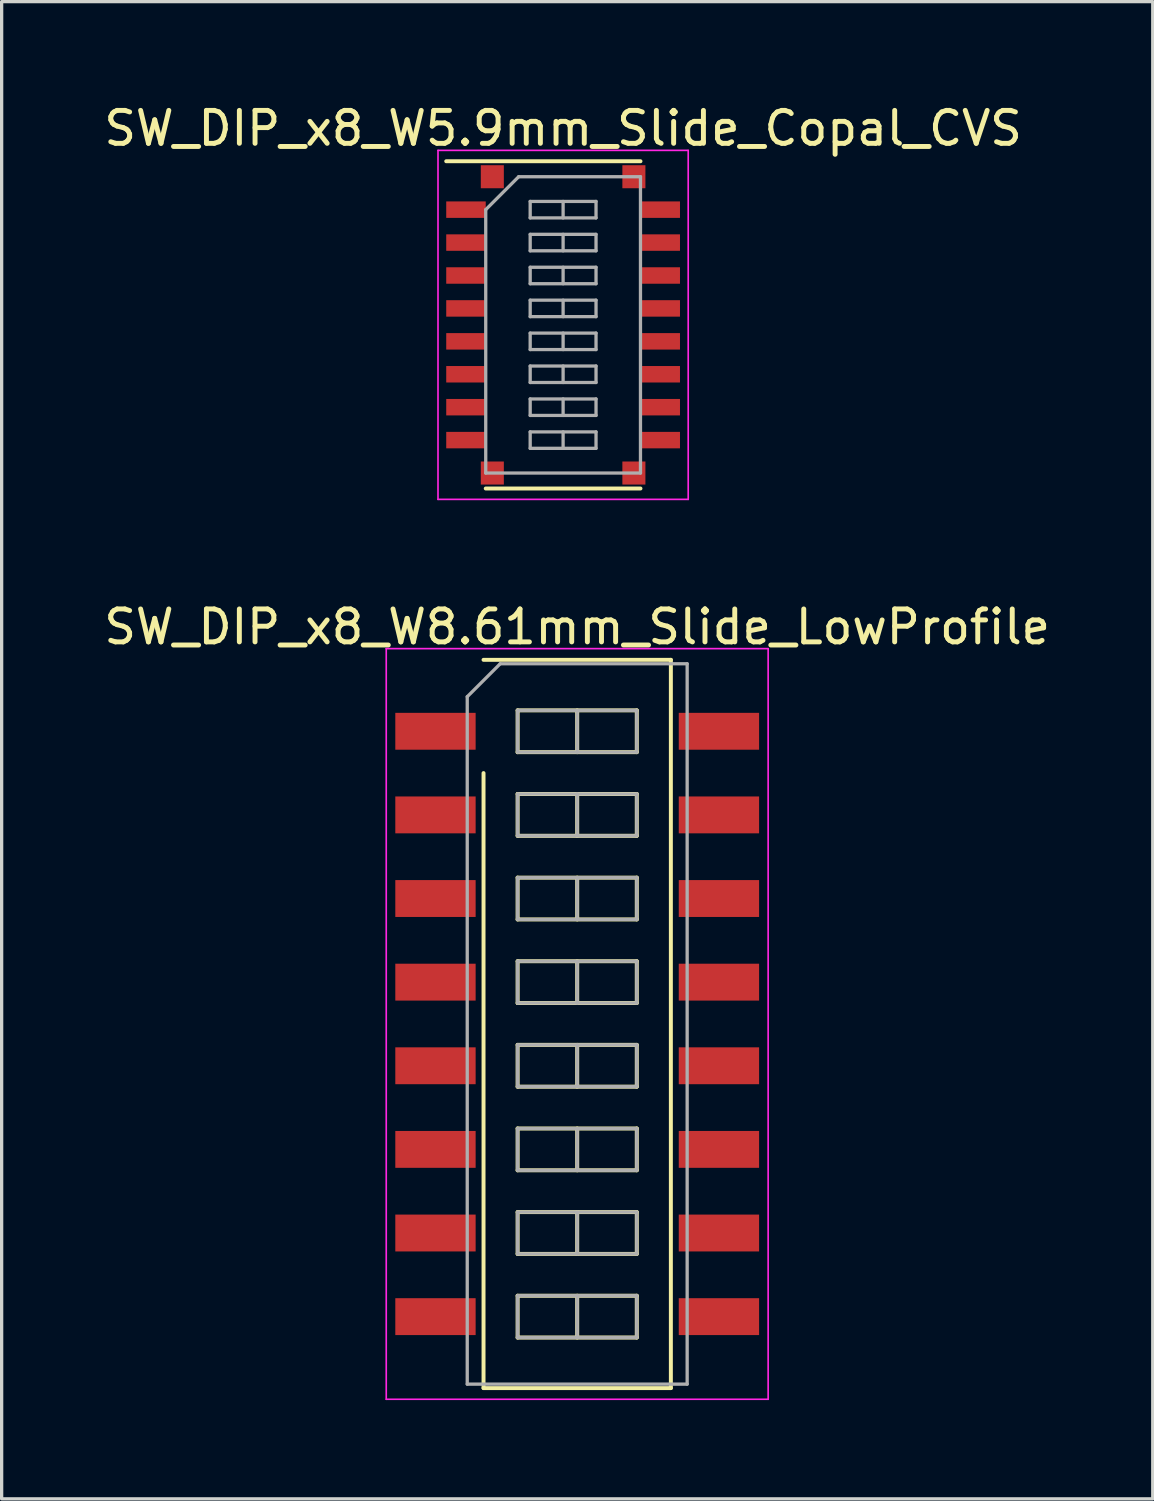
<source format=kicad_pcb>
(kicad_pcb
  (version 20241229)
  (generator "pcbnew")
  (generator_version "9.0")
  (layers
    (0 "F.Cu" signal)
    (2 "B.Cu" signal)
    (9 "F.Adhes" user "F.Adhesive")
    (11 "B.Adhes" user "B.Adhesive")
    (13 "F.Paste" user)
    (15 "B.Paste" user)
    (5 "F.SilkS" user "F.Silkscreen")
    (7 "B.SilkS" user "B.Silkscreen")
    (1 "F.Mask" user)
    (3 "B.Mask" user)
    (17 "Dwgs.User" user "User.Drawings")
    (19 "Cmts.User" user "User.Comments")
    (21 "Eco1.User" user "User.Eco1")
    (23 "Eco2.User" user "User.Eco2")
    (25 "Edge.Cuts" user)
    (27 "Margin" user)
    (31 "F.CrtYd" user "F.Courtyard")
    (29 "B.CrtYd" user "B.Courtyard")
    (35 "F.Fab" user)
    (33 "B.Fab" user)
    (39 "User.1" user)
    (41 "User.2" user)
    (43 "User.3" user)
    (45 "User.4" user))
  (footprint "SW_DIP_x8_W5.9mm_Slide_Copal_CVS"
    (layer "F.Cu")
    (at 14.054 6.818)
    (property "Reference" "SW_DIP_x8_W5.9mm_Slide_Copal_CVS" (at 0 -5.97 0) (layer "F.SilkS") (effects (font (size 1 1) (thickness 0.15))))
    (attr smd)
    (fp_line (start -3.55 -4.97) (end 2.35 -4.97) (stroke (width 0.12) (type solid)) (layer "F.SilkS"))
    (fp_line (start -2.35 4.97) (end 2.35 4.97) (stroke (width 0.12) (type solid)) (layer "F.SilkS"))
    (fp_line (start -3.8 -5.3) (end -3.8 5.3) (stroke (width 0.05) (type solid)) (layer "F.CrtYd"))
    (fp_line (start -3.8 5.3) (end 3.8 5.3) (stroke (width 0.05) (type solid)) (layer "F.CrtYd"))
    (fp_line (start 3.8 -5.3) (end -3.8 -5.3) (stroke (width 0.05) (type solid)) (layer "F.CrtYd"))
    (fp_line (start 3.8 5.3) (end 3.8 -5.3) (stroke (width 0.05) (type solid)) (layer "F.CrtYd"))
    (fp_line (start -2.35 -3.5) (end -1.35 -4.5) (stroke (width 0.1) (type solid)) (layer "F.Fab"))
    (fp_line (start -2.35 4.5) (end -2.35 -3.5) (stroke (width 0.1) (type solid)) (layer "F.Fab"))
    (fp_line (start -1.35 -4.5) (end 2.35 -4.5) (stroke (width 0.1) (type solid)) (layer "F.Fab"))
    (fp_line (start -1 -3.75) (end -1 -3.25) (stroke (width 0.1) (type solid)) (layer "F.Fab"))
    (fp_line (start -1 -3.25) (end 1 -3.25) (stroke (width 0.1) (type solid)) (layer "F.Fab"))
    (fp_line (start -1 -2.75) (end -1 -2.25) (stroke (width 0.1) (type solid)) (layer "F.Fab"))
    (fp_line (start -1 -2.25) (end 1 -2.25) (stroke (width 0.1) (type solid)) (layer "F.Fab"))
    (fp_line (start -1 -1.75) (end -1 -1.25) (stroke (width 0.1) (type solid)) (layer "F.Fab"))
    (fp_line (start -1 -1.25) (end 1 -1.25) (stroke (width 0.1) (type solid)) (layer "F.Fab"))
    (fp_line (start -1 -0.75) (end -1 -0.25) (stroke (width 0.1) (type solid)) (layer "F.Fab"))
    (fp_line (start -1 -0.25) (end 1 -0.25) (stroke (width 0.1) (type solid)) (layer "F.Fab"))
    (fp_line (start -1 0.25) (end -1 0.75) (stroke (width 0.1) (type solid)) (layer "F.Fab"))
    (fp_line (start -1 0.75) (end 1 0.75) (stroke (width 0.1) (type solid)) (layer "F.Fab"))
    (fp_line (start -1 1.25) (end -1 1.75) (stroke (width 0.1) (type solid)) (layer "F.Fab"))
    (fp_line (start -1 1.75) (end 1 1.75) (stroke (width 0.1) (type solid)) (layer "F.Fab"))
    (fp_line (start -1 2.25) (end -1 2.75) (stroke (width 0.1) (type solid)) (layer "F.Fab"))
    (fp_line (start -1 2.75) (end 1 2.75) (stroke (width 0.1) (type solid)) (layer "F.Fab"))
    (fp_line (start -1 3.25) (end -1 3.75) (stroke (width 0.1) (type solid)) (layer "F.Fab"))
    (fp_line (start -1 3.75) (end 1 3.75) (stroke (width 0.1) (type solid)) (layer "F.Fab"))
    (fp_line (start 0 -3.75) (end 0 -3.25) (stroke (width 0.1) (type solid)) (layer "F.Fab"))
    (fp_line (start 0 -2.75) (end 0 -2.25) (stroke (width 0.1) (type solid)) (layer "F.Fab"))
    (fp_line (start 0 -1.75) (end 0 -1.25) (stroke (width 0.1) (type solid)) (layer "F.Fab"))
    (fp_line (start 0 -0.75) (end 0 -0.25) (stroke (width 0.1) (type solid)) (layer "F.Fab"))
    (fp_line (start 0 0.25) (end 0 0.75) (stroke (width 0.1) (type solid)) (layer "F.Fab"))
    (fp_line (start 0 1.25) (end 0 1.75) (stroke (width 0.1) (type solid)) (layer "F.Fab"))
    (fp_line (start 0 2.25) (end 0 2.75) (stroke (width 0.1) (type solid)) (layer "F.Fab"))
    (fp_line (start 0 3.25) (end 0 3.75) (stroke (width 0.1) (type solid)) (layer "F.Fab"))
    (fp_line (start 1 -3.75) (end -1 -3.75) (stroke (width 0.1) (type solid)) (layer "F.Fab"))
    (fp_line (start 1 -3.25) (end 1 -3.75) (stroke (width 0.1) (type solid)) (layer "F.Fab"))
    (fp_line (start 1 -2.75) (end -1 -2.75) (stroke (width 0.1) (type solid)) (layer "F.Fab"))
    (fp_line (start 1 -2.25) (end 1 -2.75) (stroke (width 0.1) (type solid)) (layer "F.Fab"))
    (fp_line (start 1 -1.75) (end -1 -1.75) (stroke (width 0.1) (type solid)) (layer "F.Fab"))
    (fp_line (start 1 -1.25) (end 1 -1.75) (stroke (width 0.1) (type solid)) (layer "F.Fab"))
    (fp_line (start 1 -0.75) (end -1 -0.75) (stroke (width 0.1) (type solid)) (layer "F.Fab"))
    (fp_line (start 1 -0.25) (end 1 -0.75) (stroke (width 0.1) (type solid)) (layer "F.Fab"))
    (fp_line (start 1 0.25) (end -1 0.25) (stroke (width 0.1) (type solid)) (layer "F.Fab"))
    (fp_line (start 1 0.75) (end 1 0.25) (stroke (width 0.1) (type solid)) (layer "F.Fab"))
    (fp_line (start 1 1.25) (end -1 1.25) (stroke (width 0.1) (type solid)) (layer "F.Fab"))
    (fp_line (start 1 1.75) (end 1 1.25) (stroke (width 0.1) (type solid)) (layer "F.Fab"))
    (fp_line (start 1 2.25) (end -1 2.25) (stroke (width 0.1) (type solid)) (layer "F.Fab"))
    (fp_line (start 1 2.75) (end 1 2.25) (stroke (width 0.1) (type solid)) (layer "F.Fab"))
    (fp_line (start 1 3.25) (end -1 3.25) (stroke (width 0.1) (type solid)) (layer "F.Fab"))
    (fp_line (start 1 3.75) (end 1 3.25) (stroke (width 0.1) (type solid)) (layer "F.Fab"))
    (fp_line (start 2.35 -4.5) (end 2.35 4.5) (stroke (width 0.1) (type solid)) (layer "F.Fab"))
    (fp_line (start 2.35 4.5) (end -2.35 4.5) (stroke (width 0.1) (type solid)) (layer "F.Fab"))
    (pad "1" smd rect (at -2.95 -3.5) (size 1.2 0.5) (layers "F.Cu" "F.Mask"))
    (pad "2" smd rect (at -2.95 -2.5) (size 1.2 0.5) (layers "F.Cu" "F.Mask"))
    (pad "3" smd rect (at -2.95 -1.5) (size 1.2 0.5) (layers "F.Cu" "F.Mask"))
    (pad "4" smd rect (at -2.95 -0.5) (size 1.2 0.5) (layers "F.Cu" "F.Mask"))
    (pad "5" smd rect (at -2.95 0.5) (size 1.2 0.5) (layers "F.Cu" "F.Mask"))
    (pad "6" smd rect (at -2.95 1.5) (size 1.2 0.5) (layers "F.Cu" "F.Mask"))
    (pad "7" smd rect (at -2.95 2.5) (size 1.2 0.5) (layers "F.Cu" "F.Mask"))
    (pad "8" smd rect (at -2.95 3.5) (size 1.2 0.5) (layers "F.Cu" "F.Mask"))
    (pad "9" smd rect (at 2.95 3.5) (size 1.2 0.5) (layers "F.Cu" "F.Mask"))
    (pad "10" smd rect (at 2.95 2.5) (size 1.2 0.5) (layers "F.Cu" "F.Mask"))
    (pad "11" smd rect (at 2.95 1.5) (size 1.2 0.5) (layers "F.Cu" "F.Mask"))
    (pad "12" smd rect (at 2.95 0.5) (size 1.2 0.5) (layers "F.Cu" "F.Mask"))
    (pad "13" smd rect (at 2.95 -0.5) (size 1.2 0.5) (layers "F.Cu" "F.Mask"))
    (pad "14" smd rect (at 2.95 -1.5) (size 1.2 0.5) (layers "F.Cu" "F.Mask"))
    (pad "15" smd rect (at 2.95 -2.5) (size 1.2 0.5) (layers "F.Cu" "F.Mask"))
    (pad "16" smd rect (at 2.95 -3.5) (size 1.2 0.5) (layers "F.Cu" "F.Mask"))
    (pad "17" smd rect (at -2.15 -4.5) (size 0.7 0.7) (layers "F.Cu" "F.Mask"))
    (pad "17" smd rect (at -2.15 4.5) (size 0.7 0.7) (layers "F.Cu" "F.Mask"))
    (pad "17" smd rect (at 2.15 -4.5) (size 0.7 0.7) (layers "F.Cu" "F.Mask"))
    (pad "17" smd rect (at 2.15 4.5) (size 0.7 0.7) (layers "F.Cu" "F.Mask")))
  (footprint "SW_DIP_x8_W8.61mm_Slide_LowProfile"
    (layer "F.Cu")
    (at 14.482 28.052)
    (property "Reference" "SW_DIP_x8_W8.61mm_Slide_LowProfile" (at 0 -12.06 0) (layer "F.SilkS") (effects (font (size 1 1) (thickness 0.15))))
    (attr smd)
    (fp_line (start -2.845 -11.06) (end 2.845 -11.06) (stroke (width 0.12) (type solid)) (layer "F.SilkS"))
    (fp_line (start -2.845 11.06) (end -2.845 -7.62) (stroke (width 0.12) (type solid)) (layer "F.SilkS"))
    (fp_line (start -1.81 -9.525) (end -1.81 -8.255) (stroke (width 0.12) (type solid)) (layer "F.SilkS"))
    (fp_line (start -1.81 -8.255) (end 1.81 -8.255) (stroke (width 0.12) (type solid)) (layer "F.SilkS"))
    (fp_line (start -1.81 -6.985) (end -1.81 -5.715) (stroke (width 0.12) (type solid)) (layer "F.SilkS"))
    (fp_line (start -1.81 -5.715) (end 1.81 -5.715) (stroke (width 0.12) (type solid)) (layer "F.SilkS"))
    (fp_line (start -1.81 -4.445) (end -1.81 -3.175) (stroke (width 0.12) (type solid)) (layer "F.SilkS"))
    (fp_line (start -1.81 -3.175) (end 1.81 -3.175) (stroke (width 0.12) (type solid)) (layer "F.SilkS"))
    (fp_line (start -1.81 -1.905) (end -1.81 -0.635) (stroke (width 0.12) (type solid)) (layer "F.SilkS"))
    (fp_line (start -1.81 -0.635) (end 1.81 -0.635) (stroke (width 0.12) (type solid)) (layer "F.SilkS"))
    (fp_line (start -1.81 0.635) (end -1.81 1.905) (stroke (width 0.12) (type solid)) (layer "F.SilkS"))
    (fp_line (start -1.81 1.905) (end 1.81 1.905) (stroke (width 0.12) (type solid)) (layer "F.SilkS"))
    (fp_line (start -1.81 3.175) (end -1.81 4.445) (stroke (width 0.12) (type solid)) (layer "F.SilkS"))
    (fp_line (start -1.81 4.445) (end 1.81 4.445) (stroke (width 0.12) (type solid)) (layer "F.SilkS"))
    (fp_line (start -1.81 5.715) (end -1.81 6.985) (stroke (width 0.12) (type solid)) (layer "F.SilkS"))
    (fp_line (start -1.81 6.985) (end 1.81 6.985) (stroke (width 0.12) (type solid)) (layer "F.SilkS"))
    (fp_line (start -1.81 8.255) (end -1.81 9.525) (stroke (width 0.12) (type solid)) (layer "F.SilkS"))
    (fp_line (start -1.81 9.525) (end 1.81 9.525) (stroke (width 0.12) (type solid)) (layer "F.SilkS"))
    (fp_line (start 0 -9.525) (end 0 -8.255) (stroke (width 0.12) (type solid)) (layer "F.SilkS"))
    (fp_line (start 0 -6.985) (end 0 -5.715) (stroke (width 0.12) (type solid)) (layer "F.SilkS"))
    (fp_line (start 0 -4.445) (end 0 -3.175) (stroke (width 0.12) (type solid)) (layer "F.SilkS"))
    (fp_line (start 0 -1.905) (end 0 -0.635) (stroke (width 0.12) (type solid)) (layer "F.SilkS"))
    (fp_line (start 0 0.635) (end 0 1.905) (stroke (width 0.12) (type solid)) (layer "F.SilkS"))
    (fp_line (start 0 3.175) (end 0 4.445) (stroke (width 0.12) (type solid)) (layer "F.SilkS"))
    (fp_line (start 0 5.715) (end 0 6.985) (stroke (width 0.12) (type solid)) (layer "F.SilkS"))
    (fp_line (start 0 8.255) (end 0 9.525) (stroke (width 0.12) (type solid)) (layer "F.SilkS"))
    (fp_line (start 1.81 -9.525) (end -1.81 -9.525) (stroke (width 0.12) (type solid)) (layer "F.SilkS"))
    (fp_line (start 1.81 -8.255) (end 1.81 -9.525) (stroke (width 0.12) (type solid)) (layer "F.SilkS"))
    (fp_line (start 1.81 -6.985) (end -1.81 -6.985) (stroke (width 0.12) (type solid)) (layer "F.SilkS"))
    (fp_line (start 1.81 -5.715) (end 1.81 -6.985) (stroke (width 0.12) (type solid)) (layer "F.SilkS"))
    (fp_line (start 1.81 -4.445) (end -1.81 -4.445) (stroke (width 0.12) (type solid)) (layer "F.SilkS"))
    (fp_line (start 1.81 -3.175) (end 1.81 -4.445) (stroke (width 0.12) (type solid)) (layer "F.SilkS"))
    (fp_line (start 1.81 -1.905) (end -1.81 -1.905) (stroke (width 0.12) (type solid)) (layer "F.SilkS"))
    (fp_line (start 1.81 -0.635) (end 1.81 -1.905) (stroke (width 0.12) (type solid)) (layer "F.SilkS"))
    (fp_line (start 1.81 0.635) (end -1.81 0.635) (stroke (width 0.12) (type solid)) (layer "F.SilkS"))
    (fp_line (start 1.81 1.905) (end 1.81 0.635) (stroke (width 0.12) (type solid)) (layer "F.SilkS"))
    (fp_line (start 1.81 3.175) (end -1.81 3.175) (stroke (width 0.12) (type solid)) (layer "F.SilkS"))
    (fp_line (start 1.81 4.445) (end 1.81 3.175) (stroke (width 0.12) (type solid)) (layer "F.SilkS"))
    (fp_line (start 1.81 5.715) (end -1.81 5.715) (stroke (width 0.12) (type solid)) (layer "F.SilkS"))
    (fp_line (start 1.81 6.985) (end 1.81 5.715) (stroke (width 0.12) (type solid)) (layer "F.SilkS"))
    (fp_line (start 1.81 8.255) (end -1.81 8.255) (stroke (width 0.12) (type solid)) (layer "F.SilkS"))
    (fp_line (start 1.81 9.525) (end 1.81 8.255) (stroke (width 0.12) (type solid)) (layer "F.SilkS"))
    (fp_line (start 2.845 -11.06) (end 2.845 11.06) (stroke (width 0.12) (type solid)) (layer "F.SilkS"))
    (fp_line (start 2.845 11.06) (end -2.845 11.06) (stroke (width 0.12) (type solid)) (layer "F.SilkS"))
    (fp_line (start -5.8 -11.4) (end -5.8 11.4) (stroke (width 0.05) (type solid)) (layer "F.CrtYd"))
    (fp_line (start -5.8 11.4) (end 5.8 11.4) (stroke (width 0.05) (type solid)) (layer "F.CrtYd"))
    (fp_line (start 5.8 -11.4) (end -5.8 -11.4) (stroke (width 0.05) (type solid)) (layer "F.CrtYd"))
    (fp_line (start 5.8 11.4) (end 5.8 -11.4) (stroke (width 0.05) (type solid)) (layer "F.CrtYd"))
    (fp_line (start -3.34 -9.94) (end -2.34 -10.94) (stroke (width 0.1) (type solid)) (layer "F.Fab"))
    (fp_line (start -3.34 10.94) (end -3.34 -9.94) (stroke (width 0.1) (type solid)) (layer "F.Fab"))
    (fp_line (start -2.34 -10.94) (end 3.34 -10.94) (stroke (width 0.1) (type solid)) (layer "F.Fab"))
    (fp_line (start -1.81 -9.525) (end -1.81 -8.255) (stroke (width 0.1) (type solid)) (layer "F.Fab"))
    (fp_line (start -1.81 -8.255) (end 1.81 -8.255) (stroke (width 0.1) (type solid)) (layer "F.Fab"))
    (fp_line (start -1.81 -6.985) (end -1.81 -5.715) (stroke (width 0.1) (type solid)) (layer "F.Fab"))
    (fp_line (start -1.81 -5.715) (end 1.81 -5.715) (stroke (width 0.1) (type solid)) (layer "F.Fab"))
    (fp_line (start -1.81 -4.445) (end -1.81 -3.175) (stroke (width 0.1) (type solid)) (layer "F.Fab"))
    (fp_line (start -1.81 -3.175) (end 1.81 -3.175) (stroke (width 0.1) (type solid)) (layer "F.Fab"))
    (fp_line (start -1.81 -1.905) (end -1.81 -0.635) (stroke (width 0.1) (type solid)) (layer "F.Fab"))
    (fp_line (start -1.81 -0.635) (end 1.81 -0.635) (stroke (width 0.1) (type solid)) (layer "F.Fab"))
    (fp_line (start -1.81 0.635) (end -1.81 1.905) (stroke (width 0.1) (type solid)) (layer "F.Fab"))
    (fp_line (start -1.81 1.905) (end 1.81 1.905) (stroke (width 0.1) (type solid)) (layer "F.Fab"))
    (fp_line (start -1.81 3.175) (end -1.81 4.445) (stroke (width 0.1) (type solid)) (layer "F.Fab"))
    (fp_line (start -1.81 4.445) (end 1.81 4.445) (stroke (width 0.1) (type solid)) (layer "F.Fab"))
    (fp_line (start -1.81 5.715) (end -1.81 6.985) (stroke (width 0.1) (type solid)) (layer "F.Fab"))
    (fp_line (start -1.81 6.985) (end 1.81 6.985) (stroke (width 0.1) (type solid)) (layer "F.Fab"))
    (fp_line (start -1.81 8.255) (end -1.81 9.525) (stroke (width 0.1) (type solid)) (layer "F.Fab"))
    (fp_line (start -1.81 9.525) (end 1.81 9.525) (stroke (width 0.1) (type solid)) (layer "F.Fab"))
    (fp_line (start 0 -9.525) (end 0 -8.255) (stroke (width 0.1) (type solid)) (layer "F.Fab"))
    (fp_line (start 0 -6.985) (end 0 -5.715) (stroke (width 0.1) (type solid)) (layer "F.Fab"))
    (fp_line (start 0 -4.445) (end 0 -3.175) (stroke (width 0.1) (type solid)) (layer "F.Fab"))
    (fp_line (start 0 -1.905) (end 0 -0.635) (stroke (width 0.1) (type solid)) (layer "F.Fab"))
    (fp_line (start 0 0.635) (end 0 1.905) (stroke (width 0.1) (type solid)) (layer "F.Fab"))
    (fp_line (start 0 3.175) (end 0 4.445) (stroke (width 0.1) (type solid)) (layer "F.Fab"))
    (fp_line (start 0 5.715) (end 0 6.985) (stroke (width 0.1) (type solid)) (layer "F.Fab"))
    (fp_line (start 0 8.255) (end 0 9.525) (stroke (width 0.1) (type solid)) (layer "F.Fab"))
    (fp_line (start 1.81 -9.525) (end -1.81 -9.525) (stroke (width 0.1) (type solid)) (layer "F.Fab"))
    (fp_line (start 1.81 -8.255) (end 1.81 -9.525) (stroke (width 0.1) (type solid)) (layer "F.Fab"))
    (fp_line (start 1.81 -6.985) (end -1.81 -6.985) (stroke (width 0.1) (type solid)) (layer "F.Fab"))
    (fp_line (start 1.81 -5.715) (end 1.81 -6.985) (stroke (width 0.1) (type solid)) (layer "F.Fab"))
    (fp_line (start 1.81 -4.445) (end -1.81 -4.445) (stroke (width 0.1) (type solid)) (layer "F.Fab"))
    (fp_line (start 1.81 -3.175) (end 1.81 -4.445) (stroke (width 0.1) (type solid)) (layer "F.Fab"))
    (fp_line (start 1.81 -1.905) (end -1.81 -1.905) (stroke (width 0.1) (type solid)) (layer "F.Fab"))
    (fp_line (start 1.81 -0.635) (end 1.81 -1.905) (stroke (width 0.1) (type solid)) (layer "F.Fab"))
    (fp_line (start 1.81 0.635) (end -1.81 0.635) (stroke (width 0.1) (type solid)) (layer "F.Fab"))
    (fp_line (start 1.81 1.905) (end 1.81 0.635) (stroke (width 0.1) (type solid)) (layer "F.Fab"))
    (fp_line (start 1.81 3.175) (end -1.81 3.175) (stroke (width 0.1) (type solid)) (layer "F.Fab"))
    (fp_line (start 1.81 4.445) (end 1.81 3.175) (stroke (width 0.1) (type solid)) (layer "F.Fab"))
    (fp_line (start 1.81 5.715) (end -1.81 5.715) (stroke (width 0.1) (type solid)) (layer "F.Fab"))
    (fp_line (start 1.81 6.985) (end 1.81 5.715) (stroke (width 0.1) (type solid)) (layer "F.Fab"))
    (fp_line (start 1.81 8.255) (end -1.81 8.255) (stroke (width 0.1) (type solid)) (layer "F.Fab"))
    (fp_line (start 1.81 9.525) (end 1.81 8.255) (stroke (width 0.1) (type solid)) (layer "F.Fab"))
    (fp_line (start 3.34 -10.94) (end 3.34 10.94) (stroke (width 0.1) (type solid)) (layer "F.Fab"))
    (fp_line (start 3.34 10.94) (end -3.34 10.94) (stroke (width 0.1) (type solid)) (layer "F.Fab"))
    (pad "1" smd rect (at -4.305 -8.89) (size 2.44 1.12) (layers "F.Cu" "F.Mask"))
    (pad "2" smd rect (at -4.305 -6.35) (size 2.44 1.12) (layers "F.Cu" "F.Mask"))
    (pad "3" smd rect (at -4.305 -3.81) (size 2.44 1.12) (layers "F.Cu" "F.Mask"))
    (pad "4" smd rect (at -4.305 -1.27) (size 2.44 1.12) (layers "F.Cu" "F.Mask"))
    (pad "5" smd rect (at -4.305 1.27) (size 2.44 1.12) (layers "F.Cu" "F.Mask"))
    (pad "6" smd rect (at -4.305 3.81) (size 2.44 1.12) (layers "F.Cu" "F.Mask"))
    (pad "7" smd rect (at -4.305 6.35) (size 2.44 1.12) (layers "F.Cu" "F.Mask"))
    (pad "8" smd rect (at -4.305 8.89) (size 2.44 1.12) (layers "F.Cu" "F.Mask"))
    (pad "9" smd rect (at 4.305 8.89) (size 2.44 1.12) (layers "F.Cu" "F.Mask"))
    (pad "10" smd rect (at 4.305 6.35) (size 2.44 1.12) (layers "F.Cu" "F.Mask"))
    (pad "11" smd rect (at 4.305 3.81) (size 2.44 1.12) (layers "F.Cu" "F.Mask"))
    (pad "12" smd rect (at 4.305 1.27) (size 2.44 1.12) (layers "F.Cu" "F.Mask"))
    (pad "13" smd rect (at 4.305 -1.27) (size 2.44 1.12) (layers "F.Cu" "F.Mask"))
    (pad "14" smd rect (at 4.305 -3.81) (size 2.44 1.12) (layers "F.Cu" "F.Mask"))
    (pad "15" smd rect (at 4.305 -6.35) (size 2.44 1.12) (layers "F.Cu" "F.Mask"))
    (pad "16" smd rect (at 4.305 -8.89) (size 2.44 1.12) (layers "F.Cu" "F.Mask")))
  (gr_rect
    (start -3 -3)
    (end 31.964 42.477)
    (stroke (width 0.1) (type default))
    (fill no)
    (layer "Edge.Cuts")))
</source>
